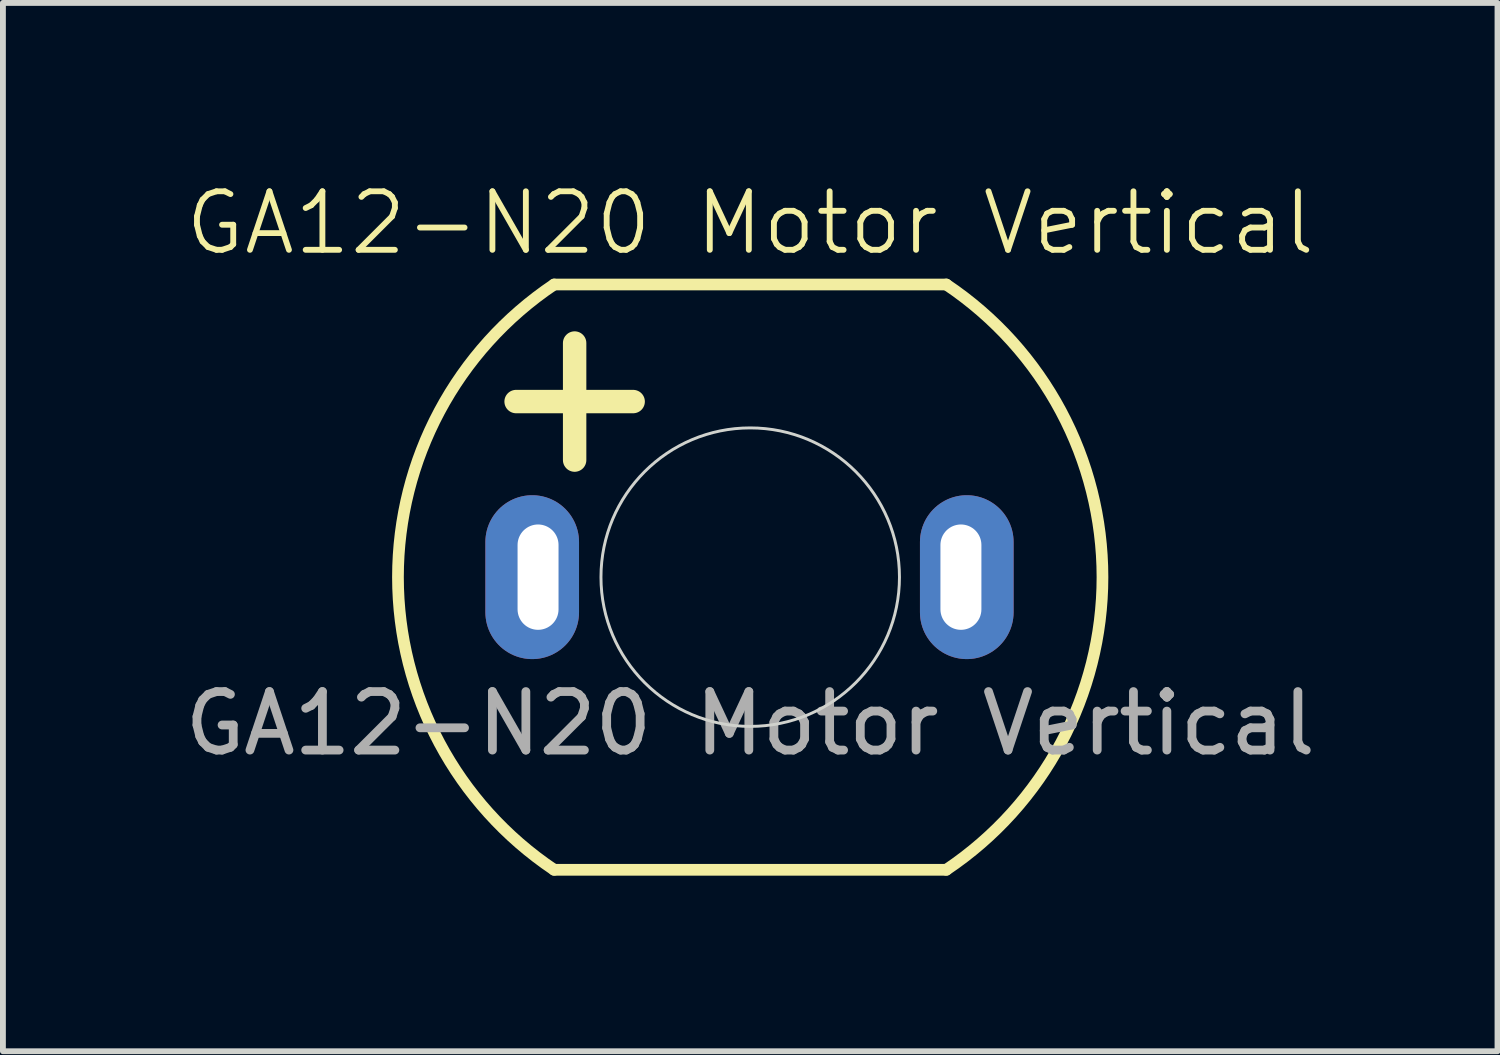
<source format=kicad_pcb>
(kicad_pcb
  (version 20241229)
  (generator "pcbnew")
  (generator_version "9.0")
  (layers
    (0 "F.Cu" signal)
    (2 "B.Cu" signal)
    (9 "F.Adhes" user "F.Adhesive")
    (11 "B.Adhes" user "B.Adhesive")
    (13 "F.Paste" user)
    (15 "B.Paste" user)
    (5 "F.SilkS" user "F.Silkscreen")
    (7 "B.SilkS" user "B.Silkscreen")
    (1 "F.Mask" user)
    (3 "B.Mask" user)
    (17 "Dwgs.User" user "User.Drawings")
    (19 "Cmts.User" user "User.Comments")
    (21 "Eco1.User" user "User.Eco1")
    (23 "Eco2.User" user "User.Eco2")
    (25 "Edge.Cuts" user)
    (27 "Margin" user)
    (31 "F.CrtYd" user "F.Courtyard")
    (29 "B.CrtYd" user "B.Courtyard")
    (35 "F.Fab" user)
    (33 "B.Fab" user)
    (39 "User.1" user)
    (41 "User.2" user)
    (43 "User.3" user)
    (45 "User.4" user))
  (footprint "GA12-N20 Motor Vertical"
    (layer "F.Cu")
    (at 9.768 6.811)
    (property "Reference" "GA12-N20 Motor Vertical" (at 0 -6.05 0) (unlocked yes) (layer "F.SilkS") (effects (font (size 1 1) (thickness 0.1))))
    (attr through_hole)
    (fp_line (start -4 -3) (end -2 -3) (stroke (width 0.4) (type default)) (layer "F.SilkS"))
    (fp_line (start -3.35 -5) (end 3.35 -5) (stroke (width 0.2) (type default)) (layer "F.SilkS"))
    (fp_line (start -3.35 5) (end 3.35 5) (stroke (width 0.2) (type default)) (layer "F.SilkS"))
    (fp_line (start -3 -4) (end -3 -2) (stroke (width 0.4) (type default)) (layer "F.SilkS"))
    (fp_arc (start -3.35 5) (mid -6.018513 0) (end -3.35 -5) (stroke (width 0.2) (type default)) (layer "F.SilkS"))
    (fp_arc (start 3.35 -5) (mid 6.018513 0) (end 3.35 5) (stroke (width 0.2) (type default)) (layer "F.SilkS"))
    (fp_circle (center 0 0) (end 2.55 0) (stroke (width 0.05) (type default)) (fill no) (layer "Edge.Cuts"))
    (fp_text user "${REFERENCE}" (at 0 2.5 0) (unlocked yes) (layer "F.Fab") (effects (font (size 1 1) (thickness 0.15))))
    (pad "1" thru_hole oval (at -3.625 0) (size 1.6 2.8) (drill oval 0.7 1.8 (offset -0.1 0)) (layers "*.Cu" "*.Mask"))
    (pad "2" thru_hole oval (at 3.6 0) (size 1.6 2.8) (drill oval 0.7 1.8 (offset 0.1 0)) (layers "*.Cu" "*.Mask")))
  (gr_rect
    (start -3 -3)
    (end 22.536 14.911)
    (stroke (width 0.1) (type default))
    (fill no)
    (layer "Edge.Cuts")))
</source>
